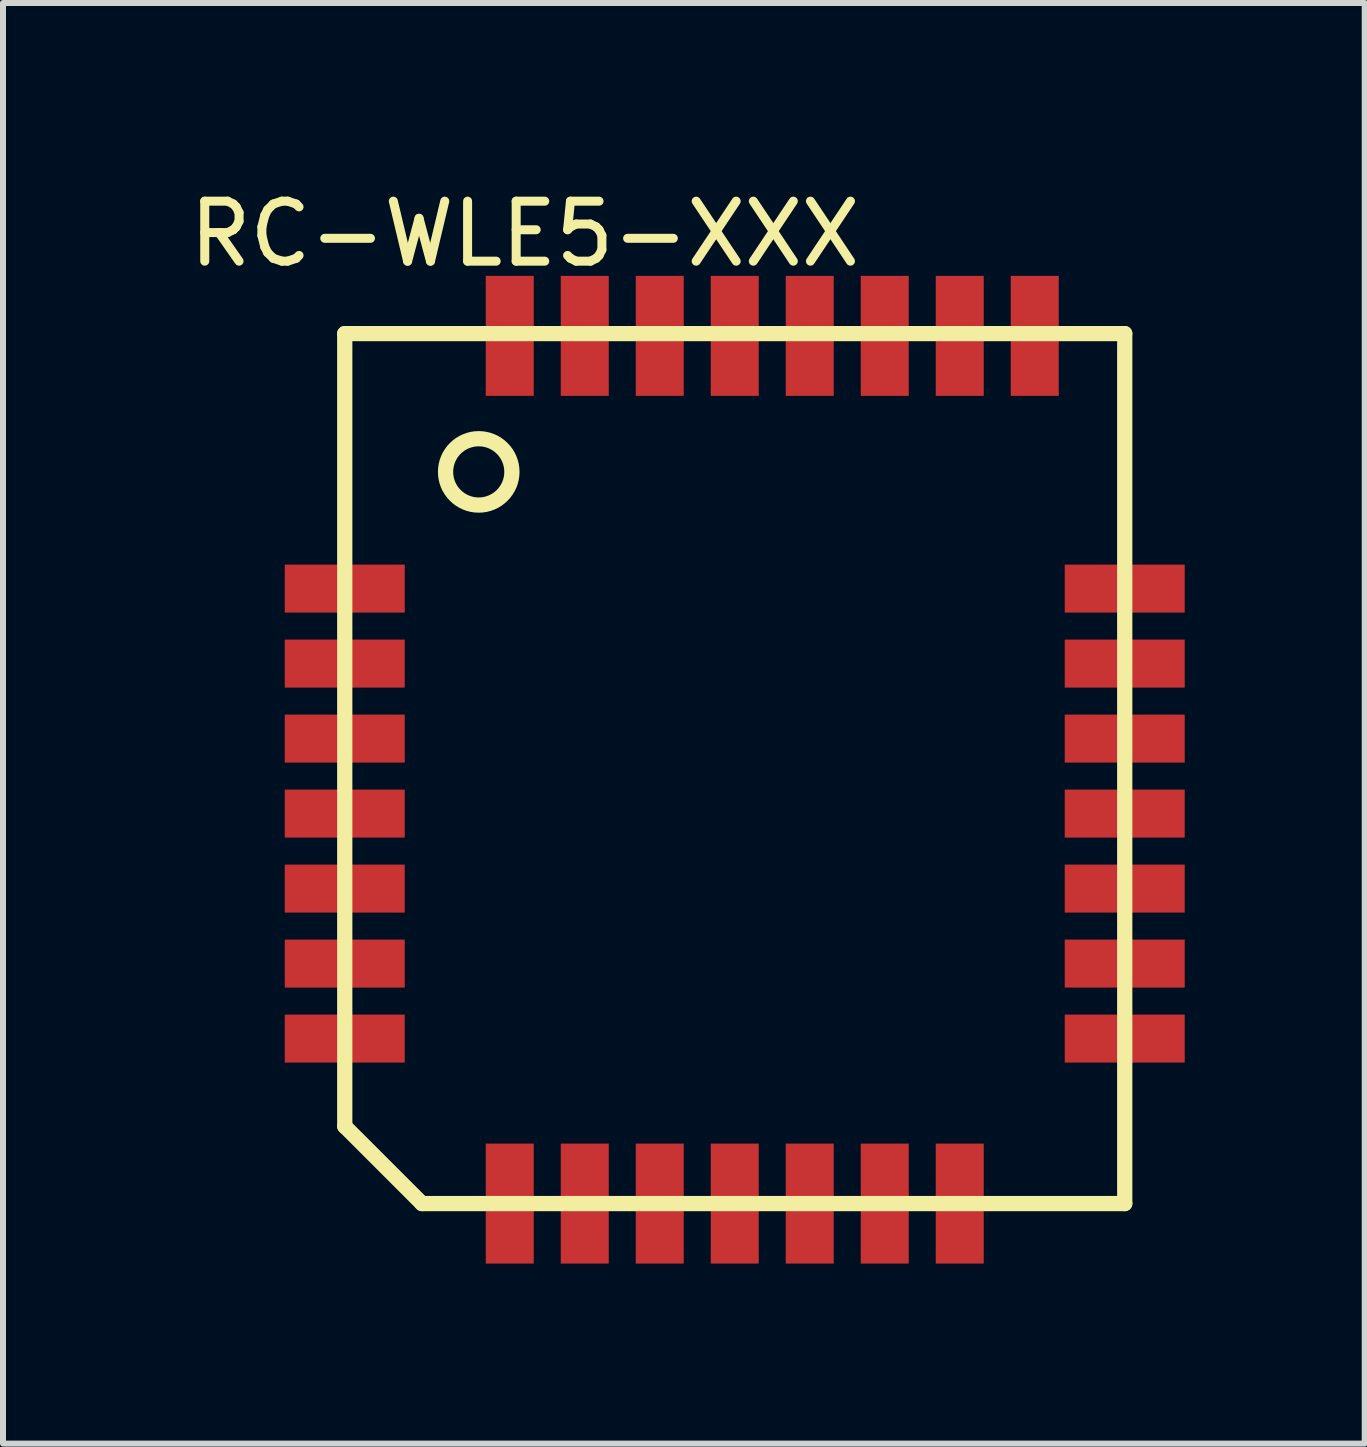
<source format=kicad_pcb>
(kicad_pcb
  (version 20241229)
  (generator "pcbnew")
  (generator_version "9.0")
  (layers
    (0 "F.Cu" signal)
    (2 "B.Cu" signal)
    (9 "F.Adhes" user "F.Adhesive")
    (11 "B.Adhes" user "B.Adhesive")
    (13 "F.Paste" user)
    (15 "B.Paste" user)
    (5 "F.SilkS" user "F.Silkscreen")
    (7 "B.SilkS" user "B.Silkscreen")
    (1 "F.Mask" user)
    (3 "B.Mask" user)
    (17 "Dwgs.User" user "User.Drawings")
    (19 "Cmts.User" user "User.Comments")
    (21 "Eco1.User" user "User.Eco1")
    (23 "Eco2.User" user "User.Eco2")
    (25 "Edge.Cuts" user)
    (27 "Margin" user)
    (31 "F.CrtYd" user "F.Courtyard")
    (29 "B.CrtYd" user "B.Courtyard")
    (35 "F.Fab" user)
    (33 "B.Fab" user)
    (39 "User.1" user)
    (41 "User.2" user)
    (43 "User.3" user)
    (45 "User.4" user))
  (footprint "RC-WLE5-XXX"
    (layer "F.Cu")
    (at 2.696 17.01)
    (property "Reference" "RC-WLE5-XXX" (at 3 -16.162 0) (layer "F.SilkS") (effects (font (size 1 1) (thickness 0.15))))
    (fp_line (start 0 -14.5) (end 13 -14.5) (stroke (width 0.254) (type solid)) (layer "F.SilkS"))
    (fp_line (start 0 -1.288) (end 0 -14.5) (stroke (width 0.254) (type solid)) (layer "F.SilkS"))
    (fp_line (start 0 -1.288) (end 1.288 0) (stroke (width 0.254) (type solid)) (layer "F.SilkS"))
    (fp_line (start 1.288 0) (end 13 0) (stroke (width 0.254) (type solid)) (layer "F.SilkS"))
    (fp_line (start 13 0) (end 13 -14.5) (stroke (width 0.254) (type solid)) (layer "F.SilkS"))
    (fp_circle (center 2.233 -12.195) (end 2.233 -12.748) (stroke (width 0.254) (type solid)) (fill no) (layer "F.SilkS"))
    (pad "1" smd rect (at 2.75 0) (size 0.8 2) (layers "F.Cu" "F.Mask" "F.Paste"))
    (pad "2" smd rect (at 4 0) (size 0.8 2) (layers "F.Cu" "F.Mask" "F.Paste"))
    (pad "3" smd rect (at 5.25 0) (size 0.8 2) (layers "F.Cu" "F.Mask" "F.Paste"))
    (pad "4" smd rect (at 6.5 0) (size 0.8 2) (layers "F.Cu" "F.Mask" "F.Paste"))
    (pad "5" smd rect (at 7.75 0) (size 0.8 2) (layers "F.Cu" "F.Mask" "F.Paste"))
    (pad "6" smd rect (at 9 0) (size 0.8 2) (layers "F.Cu" "F.Mask" "F.Paste"))
    (pad "7" smd rect (at 10.25 0) (size 0.8 2) (layers "F.Cu" "F.Mask" "F.Paste"))
    (pad "8" smd rect (at 13 -2.75 90) (size 0.8 2) (layers "F.Cu" "F.Mask" "F.Paste"))
    (pad "9" smd rect (at 13 -4 90) (size 0.8 2) (layers "F.Cu" "F.Mask" "F.Paste"))
    (pad "10" smd rect (at 13 -5.25 90) (size 0.8 2) (layers "F.Cu" "F.Mask" "F.Paste"))
    (pad "11" smd rect (at 13 -6.5 270) (size 0.8 2) (layers "F.Cu" "F.Mask" "F.Paste"))
    (pad "12" smd rect (at 13 -7.75 270) (size 0.8 2) (layers "F.Cu" "F.Mask" "F.Paste"))
    (pad "13" smd rect (at 13 -9 270) (size 0.8 2) (layers "F.Cu" "F.Mask" "F.Paste"))
    (pad "14" smd rect (at 13 -10.25 270) (size 0.8 2) (layers "F.Cu" "F.Mask" "F.Paste"))
    (pad "15" smd rect (at 11.5 -14.462) (size 0.8 2) (layers "F.Cu" "F.Mask" "F.Paste"))
    (pad "16" smd rect (at 10.25 -14.462) (size 0.8 2) (layers "F.Cu" "F.Mask" "F.Paste"))
    (pad "17" smd rect (at 9 -14.462) (size 0.8 2) (layers "F.Cu" "F.Mask" "F.Paste"))
    (pad "18" smd rect (at 7.75 -14.462) (size 0.8 2) (layers "F.Cu" "F.Mask" "F.Paste"))
    (pad "19" smd rect (at 6.5 -14.462) (size 0.8 2) (layers "F.Cu" "F.Mask" "F.Paste"))
    (pad "20" smd rect (at 5.25 -14.462) (size 0.8 2) (layers "F.Cu" "F.Mask" "F.Paste"))
    (pad "21" smd rect (at 4 -14.462) (size 0.8 2) (layers "F.Cu" "F.Mask" "F.Paste"))
    (pad "22" smd rect (at 2.75 -14.462 180) (size 0.8 2) (layers "F.Cu" "F.Mask" "F.Paste"))
    (pad "23" smd rect (at 0 -10.25 90) (size 0.8 2) (layers "F.Cu" "F.Mask" "F.Paste"))
    (pad "24" smd rect (at 0 -9 90) (size 0.8 2) (layers "F.Cu" "F.Mask" "F.Paste"))
    (pad "25" smd rect (at 0 -7.75 90) (size 0.8 2) (layers "F.Cu" "F.Mask" "F.Paste"))
    (pad "26" smd rect (at 0 -6.5 90) (size 0.8 2) (layers "F.Cu" "F.Mask" "F.Paste"))
    (pad "27" smd rect (at 0 -5.25 90) (size 0.8 2) (layers "F.Cu" "F.Mask" "F.Paste"))
    (pad "28" smd rect (at 0 -4 90) (size 0.8 2) (layers "F.Cu" "F.Mask" "F.Paste"))
    (pad "29" smd rect (at 0 -2.75 90) (size 0.8 2) (layers "F.Cu" "F.Mask" "F.Paste")))
  (gr_rect
    (start -3 -3)
    (end 19.696 21.01)
    (stroke (width 0.1) (type default))
    (fill no)
    (layer "Edge.Cuts")))
</source>
